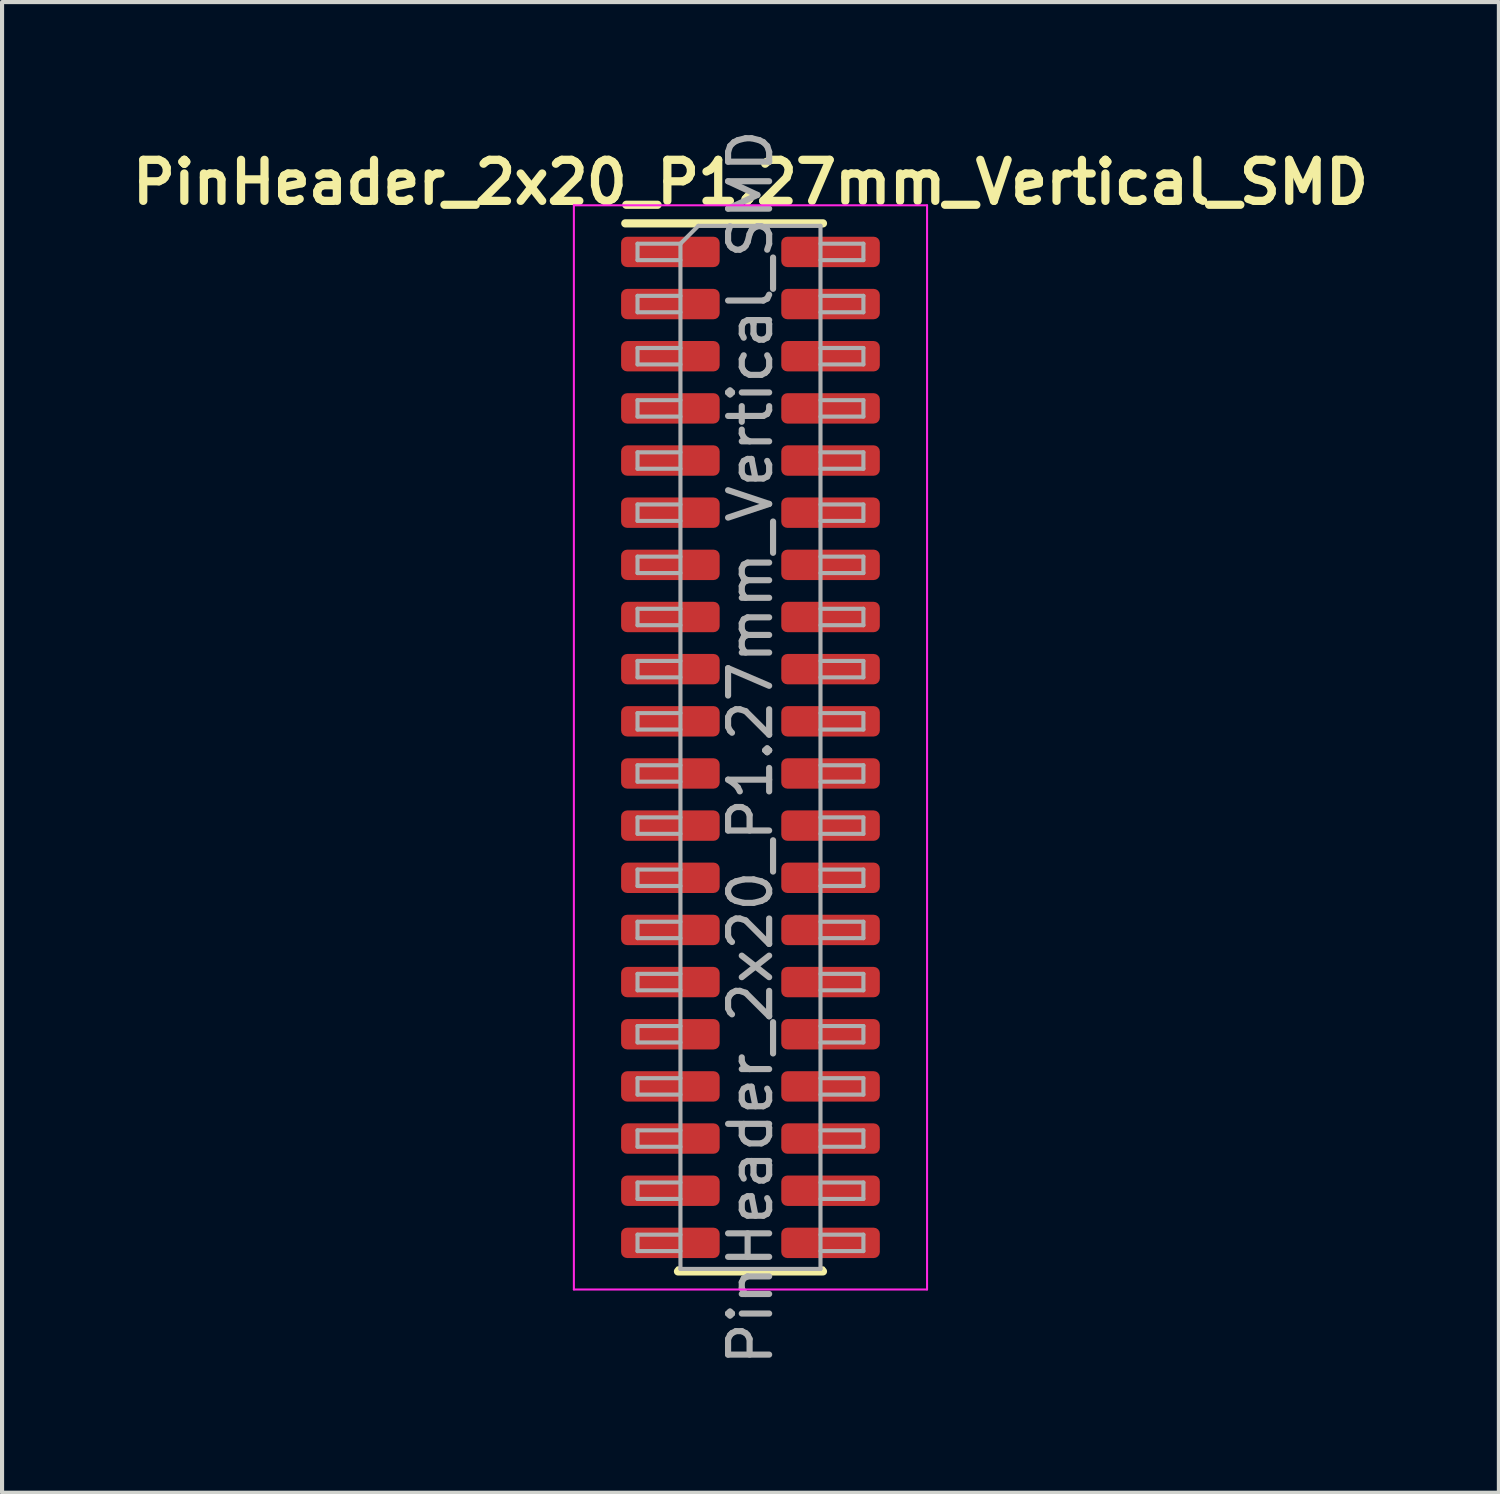
<source format=kicad_pcb>
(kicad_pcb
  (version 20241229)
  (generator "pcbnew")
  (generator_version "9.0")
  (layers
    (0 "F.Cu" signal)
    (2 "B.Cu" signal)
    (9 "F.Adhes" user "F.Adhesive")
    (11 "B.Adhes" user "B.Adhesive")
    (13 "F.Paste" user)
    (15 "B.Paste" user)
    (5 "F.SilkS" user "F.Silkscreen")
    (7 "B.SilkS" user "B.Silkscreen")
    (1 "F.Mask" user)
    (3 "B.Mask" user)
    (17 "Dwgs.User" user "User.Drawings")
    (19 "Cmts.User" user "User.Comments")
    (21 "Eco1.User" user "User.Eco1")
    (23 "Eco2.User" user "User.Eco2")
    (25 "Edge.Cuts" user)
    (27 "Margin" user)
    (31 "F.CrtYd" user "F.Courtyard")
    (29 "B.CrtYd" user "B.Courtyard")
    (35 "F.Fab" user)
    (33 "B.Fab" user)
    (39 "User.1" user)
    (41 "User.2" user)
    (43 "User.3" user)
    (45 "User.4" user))
  (footprint "PinHeader_2x20_P1.27mm_Vertical_SMD"
    (layer "F.Cu")
    (at 15.224 15.149)
    (property "Reference" "PinHeader_2x20_P1.27mm_Vertical_SMD" (at 0 -13.76 0) (layer "F.SilkS") (effects (font (size 1 1) (thickness 0.2))))
    (attr smd)
    (fp_line (start -3.048 -12.76) (end 1.765 -12.76) (stroke (width 0.2) (type solid)) (layer "F.SilkS"))
    (fp_line (start -1.765 12.695) (end -1.765 12.76) (stroke (width 0.12) (type solid)) (layer "F.SilkS"))
    (fp_line (start -1.765 12.76) (end 1.765 12.76) (stroke (width 0.2) (type solid)) (layer "F.SilkS"))
    (fp_line (start 1.765 12.695) (end 1.765 12.76) (stroke (width 0.12) (type solid)) (layer "F.SilkS"))
    (fp_line (start -4.3 -13.2) (end -4.3 13.2) (stroke (width 0.05) (type solid)) (layer "F.CrtYd"))
    (fp_line (start -4.3 13.2) (end 4.3 13.2) (stroke (width 0.05) (type solid)) (layer "F.CrtYd"))
    (fp_line (start 4.3 -13.2) (end -4.3 -13.2) (stroke (width 0.05) (type solid)) (layer "F.CrtYd"))
    (fp_line (start 4.3 13.2) (end 4.3 -13.2) (stroke (width 0.05) (type solid)) (layer "F.CrtYd"))
    (fp_line (start -2.75 -12.265) (end -2.75 -11.865) (stroke (width 0.1) (type solid)) (layer "F.Fab"))
    (fp_line (start -2.75 -11.865) (end -1.705 -11.865) (stroke (width 0.1) (type solid)) (layer "F.Fab"))
    (fp_line (start -2.75 -10.995) (end -2.75 -10.595) (stroke (width 0.1) (type solid)) (layer "F.Fab"))
    (fp_line (start -2.75 -10.595) (end -1.705 -10.595) (stroke (width 0.1) (type solid)) (layer "F.Fab"))
    (fp_line (start -2.75 -9.725) (end -2.75 -9.325) (stroke (width 0.1) (type solid)) (layer "F.Fab"))
    (fp_line (start -2.75 -9.325) (end -1.705 -9.325) (stroke (width 0.1) (type solid)) (layer "F.Fab"))
    (fp_line (start -2.75 -8.455) (end -2.75 -8.055) (stroke (width 0.1) (type solid)) (layer "F.Fab"))
    (fp_line (start -2.75 -8.055) (end -1.705 -8.055) (stroke (width 0.1) (type solid)) (layer "F.Fab"))
    (fp_line (start -2.75 -7.185) (end -2.75 -6.785) (stroke (width 0.1) (type solid)) (layer "F.Fab"))
    (fp_line (start -2.75 -6.785) (end -1.705 -6.785) (stroke (width 0.1) (type solid)) (layer "F.Fab"))
    (fp_line (start -2.75 -5.915) (end -2.75 -5.515) (stroke (width 0.1) (type solid)) (layer "F.Fab"))
    (fp_line (start -2.75 -5.515) (end -1.705 -5.515) (stroke (width 0.1) (type solid)) (layer "F.Fab"))
    (fp_line (start -2.75 -4.645) (end -2.75 -4.245) (stroke (width 0.1) (type solid)) (layer "F.Fab"))
    (fp_line (start -2.75 -4.245) (end -1.705 -4.245) (stroke (width 0.1) (type solid)) (layer "F.Fab"))
    (fp_line (start -2.75 -3.375) (end -2.75 -2.975) (stroke (width 0.1) (type solid)) (layer "F.Fab"))
    (fp_line (start -2.75 -2.975) (end -1.705 -2.975) (stroke (width 0.1) (type solid)) (layer "F.Fab"))
    (fp_line (start -2.75 -2.105) (end -2.75 -1.705) (stroke (width 0.1) (type solid)) (layer "F.Fab"))
    (fp_line (start -2.75 -1.705) (end -1.705 -1.705) (stroke (width 0.1) (type solid)) (layer "F.Fab"))
    (fp_line (start -2.75 -0.835) (end -2.75 -0.435) (stroke (width 0.1) (type solid)) (layer "F.Fab"))
    (fp_line (start -2.75 -0.435) (end -1.705 -0.435) (stroke (width 0.1) (type solid)) (layer "F.Fab"))
    (fp_line (start -2.75 0.435) (end -2.75 0.835) (stroke (width 0.1) (type solid)) (layer "F.Fab"))
    (fp_line (start -2.75 0.835) (end -1.705 0.835) (stroke (width 0.1) (type solid)) (layer "F.Fab"))
    (fp_line (start -2.75 1.705) (end -2.75 2.105) (stroke (width 0.1) (type solid)) (layer "F.Fab"))
    (fp_line (start -2.75 2.105) (end -1.705 2.105) (stroke (width 0.1) (type solid)) (layer "F.Fab"))
    (fp_line (start -2.75 2.975) (end -2.75 3.375) (stroke (width 0.1) (type solid)) (layer "F.Fab"))
    (fp_line (start -2.75 3.375) (end -1.705 3.375) (stroke (width 0.1) (type solid)) (layer "F.Fab"))
    (fp_line (start -2.75 4.245) (end -2.75 4.645) (stroke (width 0.1) (type solid)) (layer "F.Fab"))
    (fp_line (start -2.75 4.645) (end -1.705 4.645) (stroke (width 0.1) (type solid)) (layer "F.Fab"))
    (fp_line (start -2.75 5.515) (end -2.75 5.915) (stroke (width 0.1) (type solid)) (layer "F.Fab"))
    (fp_line (start -2.75 5.915) (end -1.705 5.915) (stroke (width 0.1) (type solid)) (layer "F.Fab"))
    (fp_line (start -2.75 6.785) (end -2.75 7.185) (stroke (width 0.1) (type solid)) (layer "F.Fab"))
    (fp_line (start -2.75 7.185) (end -1.705 7.185) (stroke (width 0.1) (type solid)) (layer "F.Fab"))
    (fp_line (start -2.75 8.055) (end -2.75 8.455) (stroke (width 0.1) (type solid)) (layer "F.Fab"))
    (fp_line (start -2.75 8.455) (end -1.705 8.455) (stroke (width 0.1) (type solid)) (layer "F.Fab"))
    (fp_line (start -2.75 9.325) (end -2.75 9.725) (stroke (width 0.1) (type solid)) (layer "F.Fab"))
    (fp_line (start -2.75 9.725) (end -1.705 9.725) (stroke (width 0.1) (type solid)) (layer "F.Fab"))
    (fp_line (start -2.75 10.595) (end -2.75 10.995) (stroke (width 0.1) (type solid)) (layer "F.Fab"))
    (fp_line (start -2.75 10.995) (end -1.705 10.995) (stroke (width 0.1) (type solid)) (layer "F.Fab"))
    (fp_line (start -2.75 11.865) (end -2.75 12.265) (stroke (width 0.1) (type solid)) (layer "F.Fab"))
    (fp_line (start -2.75 12.265) (end -1.705 12.265) (stroke (width 0.1) (type solid)) (layer "F.Fab"))
    (fp_line (start -1.705 -12.265) (end -2.75 -12.265) (stroke (width 0.1) (type solid)) (layer "F.Fab"))
    (fp_line (start -1.705 -12.265) (end -1.27 -12.7) (stroke (width 0.1) (type solid)) (layer "F.Fab"))
    (fp_line (start -1.705 -10.995) (end -2.75 -10.995) (stroke (width 0.1) (type solid)) (layer "F.Fab"))
    (fp_line (start -1.705 -9.725) (end -2.75 -9.725) (stroke (width 0.1) (type solid)) (layer "F.Fab"))
    (fp_line (start -1.705 -8.455) (end -2.75 -8.455) (stroke (width 0.1) (type solid)) (layer "F.Fab"))
    (fp_line (start -1.705 -7.185) (end -2.75 -7.185) (stroke (width 0.1) (type solid)) (layer "F.Fab"))
    (fp_line (start -1.705 -5.915) (end -2.75 -5.915) (stroke (width 0.1) (type solid)) (layer "F.Fab"))
    (fp_line (start -1.705 -4.645) (end -2.75 -4.645) (stroke (width 0.1) (type solid)) (layer "F.Fab"))
    (fp_line (start -1.705 -3.375) (end -2.75 -3.375) (stroke (width 0.1) (type solid)) (layer "F.Fab"))
    (fp_line (start -1.705 -2.105) (end -2.75 -2.105) (stroke (width 0.1) (type solid)) (layer "F.Fab"))
    (fp_line (start -1.705 -0.835) (end -2.75 -0.835) (stroke (width 0.1) (type solid)) (layer "F.Fab"))
    (fp_line (start -1.705 0.435) (end -2.75 0.435) (stroke (width 0.1) (type solid)) (layer "F.Fab"))
    (fp_line (start -1.705 1.705) (end -2.75 1.705) (stroke (width 0.1) (type solid)) (layer "F.Fab"))
    (fp_line (start -1.705 2.975) (end -2.75 2.975) (stroke (width 0.1) (type solid)) (layer "F.Fab"))
    (fp_line (start -1.705 4.245) (end -2.75 4.245) (stroke (width 0.1) (type solid)) (layer "F.Fab"))
    (fp_line (start -1.705 5.515) (end -2.75 5.515) (stroke (width 0.1) (type solid)) (layer "F.Fab"))
    (fp_line (start -1.705 6.785) (end -2.75 6.785) (stroke (width 0.1) (type solid)) (layer "F.Fab"))
    (fp_line (start -1.705 8.055) (end -2.75 8.055) (stroke (width 0.1) (type solid)) (layer "F.Fab"))
    (fp_line (start -1.705 9.325) (end -2.75 9.325) (stroke (width 0.1) (type solid)) (layer "F.Fab"))
    (fp_line (start -1.705 10.595) (end -2.75 10.595) (stroke (width 0.1) (type solid)) (layer "F.Fab"))
    (fp_line (start -1.705 11.865) (end -2.75 11.865) (stroke (width 0.1) (type solid)) (layer "F.Fab"))
    (fp_line (start -1.705 12.7) (end -1.705 -12.265) (stroke (width 0.1) (type solid)) (layer "F.Fab"))
    (fp_line (start -1.27 -12.7) (end 1.705 -12.7) (stroke (width 0.1) (type solid)) (layer "F.Fab"))
    (fp_line (start 1.705 -12.7) (end 1.705 12.7) (stroke (width 0.1) (type solid)) (layer "F.Fab"))
    (fp_line (start 1.705 -12.265) (end 2.75 -12.265) (stroke (width 0.1) (type solid)) (layer "F.Fab"))
    (fp_line (start 1.705 -10.995) (end 2.75 -10.995) (stroke (width 0.1) (type solid)) (layer "F.Fab"))
    (fp_line (start 1.705 -9.725) (end 2.75 -9.725) (stroke (width 0.1) (type solid)) (layer "F.Fab"))
    (fp_line (start 1.705 -8.455) (end 2.75 -8.455) (stroke (width 0.1) (type solid)) (layer "F.Fab"))
    (fp_line (start 1.705 -7.185) (end 2.75 -7.185) (stroke (width 0.1) (type solid)) (layer "F.Fab"))
    (fp_line (start 1.705 -5.915) (end 2.75 -5.915) (stroke (width 0.1) (type solid)) (layer "F.Fab"))
    (fp_line (start 1.705 -4.645) (end 2.75 -4.645) (stroke (width 0.1) (type solid)) (layer "F.Fab"))
    (fp_line (start 1.705 -3.375) (end 2.75 -3.375) (stroke (width 0.1) (type solid)) (layer "F.Fab"))
    (fp_line (start 1.705 -2.105) (end 2.75 -2.105) (stroke (width 0.1) (type solid)) (layer "F.Fab"))
    (fp_line (start 1.705 -0.835) (end 2.75 -0.835) (stroke (width 0.1) (type solid)) (layer "F.Fab"))
    (fp_line (start 1.705 0.435) (end 2.75 0.435) (stroke (width 0.1) (type solid)) (layer "F.Fab"))
    (fp_line (start 1.705 1.705) (end 2.75 1.705) (stroke (width 0.1) (type solid)) (layer "F.Fab"))
    (fp_line (start 1.705 2.975) (end 2.75 2.975) (stroke (width 0.1) (type solid)) (layer "F.Fab"))
    (fp_line (start 1.705 4.245) (end 2.75 4.245) (stroke (width 0.1) (type solid)) (layer "F.Fab"))
    (fp_line (start 1.705 5.515) (end 2.75 5.515) (stroke (width 0.1) (type solid)) (layer "F.Fab"))
    (fp_line (start 1.705 6.785) (end 2.75 6.785) (stroke (width 0.1) (type solid)) (layer "F.Fab"))
    (fp_line (start 1.705 8.055) (end 2.75 8.055) (stroke (width 0.1) (type solid)) (layer "F.Fab"))
    (fp_line (start 1.705 9.325) (end 2.75 9.325) (stroke (width 0.1) (type solid)) (layer "F.Fab"))
    (fp_line (start 1.705 10.595) (end 2.75 10.595) (stroke (width 0.1) (type solid)) (layer "F.Fab"))
    (fp_line (start 1.705 11.865) (end 2.75 11.865) (stroke (width 0.1) (type solid)) (layer "F.Fab"))
    (fp_line (start 1.705 12.7) (end -1.705 12.7) (stroke (width 0.1) (type solid)) (layer "F.Fab"))
    (fp_line (start 2.75 -12.265) (end 2.75 -11.865) (stroke (width 0.1) (type solid)) (layer "F.Fab"))
    (fp_line (start 2.75 -11.865) (end 1.705 -11.865) (stroke (width 0.1) (type solid)) (layer "F.Fab"))
    (fp_line (start 2.75 -10.995) (end 2.75 -10.595) (stroke (width 0.1) (type solid)) (layer "F.Fab"))
    (fp_line (start 2.75 -10.595) (end 1.705 -10.595) (stroke (width 0.1) (type solid)) (layer "F.Fab"))
    (fp_line (start 2.75 -9.725) (end 2.75 -9.325) (stroke (width 0.1) (type solid)) (layer "F.Fab"))
    (fp_line (start 2.75 -9.325) (end 1.705 -9.325) (stroke (width 0.1) (type solid)) (layer "F.Fab"))
    (fp_line (start 2.75 -8.455) (end 2.75 -8.055) (stroke (width 0.1) (type solid)) (layer "F.Fab"))
    (fp_line (start 2.75 -8.055) (end 1.705 -8.055) (stroke (width 0.1) (type solid)) (layer "F.Fab"))
    (fp_line (start 2.75 -7.185) (end 2.75 -6.785) (stroke (width 0.1) (type solid)) (layer "F.Fab"))
    (fp_line (start 2.75 -6.785) (end 1.705 -6.785) (stroke (width 0.1) (type solid)) (layer "F.Fab"))
    (fp_line (start 2.75 -5.915) (end 2.75 -5.515) (stroke (width 0.1) (type solid)) (layer "F.Fab"))
    (fp_line (start 2.75 -5.515) (end 1.705 -5.515) (stroke (width 0.1) (type solid)) (layer "F.Fab"))
    (fp_line (start 2.75 -4.645) (end 2.75 -4.245) (stroke (width 0.1) (type solid)) (layer "F.Fab"))
    (fp_line (start 2.75 -4.245) (end 1.705 -4.245) (stroke (width 0.1) (type solid)) (layer "F.Fab"))
    (fp_line (start 2.75 -3.375) (end 2.75 -2.975) (stroke (width 0.1) (type solid)) (layer "F.Fab"))
    (fp_line (start 2.75 -2.975) (end 1.705 -2.975) (stroke (width 0.1) (type solid)) (layer "F.Fab"))
    (fp_line (start 2.75 -2.105) (end 2.75 -1.705) (stroke (width 0.1) (type solid)) (layer "F.Fab"))
    (fp_line (start 2.75 -1.705) (end 1.705 -1.705) (stroke (width 0.1) (type solid)) (layer "F.Fab"))
    (fp_line (start 2.75 -0.835) (end 2.75 -0.435) (stroke (width 0.1) (type solid)) (layer "F.Fab"))
    (fp_line (start 2.75 -0.435) (end 1.705 -0.435) (stroke (width 0.1) (type solid)) (layer "F.Fab"))
    (fp_line (start 2.75 0.435) (end 2.75 0.835) (stroke (width 0.1) (type solid)) (layer "F.Fab"))
    (fp_line (start 2.75 0.835) (end 1.705 0.835) (stroke (width 0.1) (type solid)) (layer "F.Fab"))
    (fp_line (start 2.75 1.705) (end 2.75 2.105) (stroke (width 0.1) (type solid)) (layer "F.Fab"))
    (fp_line (start 2.75 2.105) (end 1.705 2.105) (stroke (width 0.1) (type solid)) (layer "F.Fab"))
    (fp_line (start 2.75 2.975) (end 2.75 3.375) (stroke (width 0.1) (type solid)) (layer "F.Fab"))
    (fp_line (start 2.75 3.375) (end 1.705 3.375) (stroke (width 0.1) (type solid)) (layer "F.Fab"))
    (fp_line (start 2.75 4.245) (end 2.75 4.645) (stroke (width 0.1) (type solid)) (layer "F.Fab"))
    (fp_line (start 2.75 4.645) (end 1.705 4.645) (stroke (width 0.1) (type solid)) (layer "F.Fab"))
    (fp_line (start 2.75 5.515) (end 2.75 5.915) (stroke (width 0.1) (type solid)) (layer "F.Fab"))
    (fp_line (start 2.75 5.915) (end 1.705 5.915) (stroke (width 0.1) (type solid)) (layer "F.Fab"))
    (fp_line (start 2.75 6.785) (end 2.75 7.185) (stroke (width 0.1) (type solid)) (layer "F.Fab"))
    (fp_line (start 2.75 7.185) (end 1.705 7.185) (stroke (width 0.1) (type solid)) (layer "F.Fab"))
    (fp_line (start 2.75 8.055) (end 2.75 8.455) (stroke (width 0.1) (type solid)) (layer "F.Fab"))
    (fp_line (start 2.75 8.455) (end 1.705 8.455) (stroke (width 0.1) (type solid)) (layer "F.Fab"))
    (fp_line (start 2.75 9.325) (end 2.75 9.725) (stroke (width 0.1) (type solid)) (layer "F.Fab"))
    (fp_line (start 2.75 9.725) (end 1.705 9.725) (stroke (width 0.1) (type solid)) (layer "F.Fab"))
    (fp_line (start 2.75 10.595) (end 2.75 10.995) (stroke (width 0.1) (type solid)) (layer "F.Fab"))
    (fp_line (start 2.75 10.995) (end 1.705 10.995) (stroke (width 0.1) (type solid)) (layer "F.Fab"))
    (fp_line (start 2.75 11.865) (end 2.75 12.265) (stroke (width 0.1) (type solid)) (layer "F.Fab"))
    (fp_line (start 2.75 12.265) (end 1.705 12.265) (stroke (width 0.1) (type solid)) (layer "F.Fab"))
    (fp_text user "${REFERENCE}" (at 0 0 90) (layer "F.Fab") (effects (font (size 1 1) (thickness 0.15))))
    (pad "1" smd roundrect (at -1.95 -12.065) (size 2.4 0.74) (layers "F.Cu" "F.Mask" "F.Paste") (roundrect_rratio 0.2))
    (pad "2" smd roundrect (at 1.95 -12.065) (size 2.4 0.74) (layers "F.Cu" "F.Mask" "F.Paste") (roundrect_rratio 0.2))
    (pad "3" smd roundrect (at -1.95 -10.795) (size 2.4 0.74) (layers "F.Cu" "F.Mask" "F.Paste") (roundrect_rratio 0.2))
    (pad "4" smd roundrect (at 1.95 -10.795) (size 2.4 0.74) (layers "F.Cu" "F.Mask" "F.Paste") (roundrect_rratio 0.2))
    (pad "5" smd roundrect (at -1.95 -9.525) (size 2.4 0.74) (layers "F.Cu" "F.Mask" "F.Paste") (roundrect_rratio 0.2))
    (pad "6" smd roundrect (at 1.95 -9.525) (size 2.4 0.74) (layers "F.Cu" "F.Mask" "F.Paste") (roundrect_rratio 0.2))
    (pad "7" smd roundrect (at -1.95 -8.255) (size 2.4 0.74) (layers "F.Cu" "F.Mask" "F.Paste") (roundrect_rratio 0.2))
    (pad "8" smd roundrect (at 1.95 -8.255) (size 2.4 0.74) (layers "F.Cu" "F.Mask" "F.Paste") (roundrect_rratio 0.2))
    (pad "9" smd roundrect (at -1.95 -6.985) (size 2.4 0.74) (layers "F.Cu" "F.Mask" "F.Paste") (roundrect_rratio 0.2))
    (pad "10" smd roundrect (at 1.95 -6.985) (size 2.4 0.74) (layers "F.Cu" "F.Mask" "F.Paste") (roundrect_rratio 0.2))
    (pad "11" smd roundrect (at -1.95 -5.715) (size 2.4 0.74) (layers "F.Cu" "F.Mask" "F.Paste") (roundrect_rratio 0.2))
    (pad "12" smd roundrect (at 1.95 -5.715) (size 2.4 0.74) (layers "F.Cu" "F.Mask" "F.Paste") (roundrect_rratio 0.2))
    (pad "13" smd roundrect (at -1.95 -4.445) (size 2.4 0.74) (layers "F.Cu" "F.Mask" "F.Paste") (roundrect_rratio 0.2))
    (pad "14" smd roundrect (at 1.95 -4.445) (size 2.4 0.74) (layers "F.Cu" "F.Mask" "F.Paste") (roundrect_rratio 0.2))
    (pad "15" smd roundrect (at -1.95 -3.175) (size 2.4 0.74) (layers "F.Cu" "F.Mask" "F.Paste") (roundrect_rratio 0.2))
    (pad "16" smd roundrect (at 1.95 -3.175) (size 2.4 0.74) (layers "F.Cu" "F.Mask" "F.Paste") (roundrect_rratio 0.2))
    (pad "17" smd roundrect (at -1.95 -1.905) (size 2.4 0.74) (layers "F.Cu" "F.Mask" "F.Paste") (roundrect_rratio 0.2))
    (pad "18" smd roundrect (at 1.95 -1.905) (size 2.4 0.74) (layers "F.Cu" "F.Mask" "F.Paste") (roundrect_rratio 0.2))
    (pad "19" smd roundrect (at -1.95 -0.635) (size 2.4 0.74) (layers "F.Cu" "F.Mask" "F.Paste") (roundrect_rratio 0.2))
    (pad "20" smd roundrect (at 1.95 -0.635) (size 2.4 0.74) (layers "F.Cu" "F.Mask" "F.Paste") (roundrect_rratio 0.2))
    (pad "21" smd roundrect (at -1.95 0.635) (size 2.4 0.74) (layers "F.Cu" "F.Mask" "F.Paste") (roundrect_rratio 0.2))
    (pad "22" smd roundrect (at 1.95 0.635) (size 2.4 0.74) (layers "F.Cu" "F.Mask" "F.Paste") (roundrect_rratio 0.2))
    (pad "23" smd roundrect (at -1.95 1.905) (size 2.4 0.74) (layers "F.Cu" "F.Mask" "F.Paste") (roundrect_rratio 0.2))
    (pad "24" smd roundrect (at 1.95 1.905) (size 2.4 0.74) (layers "F.Cu" "F.Mask" "F.Paste") (roundrect_rratio 0.2))
    (pad "25" smd roundrect (at -1.95 3.175) (size 2.4 0.74) (layers "F.Cu" "F.Mask" "F.Paste") (roundrect_rratio 0.2))
    (pad "26" smd roundrect (at 1.95 3.175) (size 2.4 0.74) (layers "F.Cu" "F.Mask" "F.Paste") (roundrect_rratio 0.2))
    (pad "27" smd roundrect (at -1.95 4.445) (size 2.4 0.74) (layers "F.Cu" "F.Mask" "F.Paste") (roundrect_rratio 0.2))
    (pad "28" smd roundrect (at 1.95 4.445) (size 2.4 0.74) (layers "F.Cu" "F.Mask" "F.Paste") (roundrect_rratio 0.2))
    (pad "29" smd roundrect (at -1.95 5.715) (size 2.4 0.74) (layers "F.Cu" "F.Mask" "F.Paste") (roundrect_rratio 0.2))
    (pad "30" smd roundrect (at 1.95 5.715) (size 2.4 0.74) (layers "F.Cu" "F.Mask" "F.Paste") (roundrect_rratio 0.2))
    (pad "31" smd roundrect (at -1.95 6.985) (size 2.4 0.74) (layers "F.Cu" "F.Mask" "F.Paste") (roundrect_rratio 0.2))
    (pad "32" smd roundrect (at 1.95 6.985) (size 2.4 0.74) (layers "F.Cu" "F.Mask" "F.Paste") (roundrect_rratio 0.2))
    (pad "33" smd roundrect (at -1.95 8.255) (size 2.4 0.74) (layers "F.Cu" "F.Mask" "F.Paste") (roundrect_rratio 0.2))
    (pad "34" smd roundrect (at 1.95 8.255) (size 2.4 0.74) (layers "F.Cu" "F.Mask" "F.Paste") (roundrect_rratio 0.2))
    (pad "35" smd roundrect (at -1.95 9.525) (size 2.4 0.74) (layers "F.Cu" "F.Mask" "F.Paste") (roundrect_rratio 0.2))
    (pad "36" smd roundrect (at 1.95 9.525) (size 2.4 0.74) (layers "F.Cu" "F.Mask" "F.Paste") (roundrect_rratio 0.2))
    (pad "37" smd roundrect (at -1.95 10.795) (size 2.4 0.74) (layers "F.Cu" "F.Mask" "F.Paste") (roundrect_rratio 0.2))
    (pad "38" smd roundrect (at 1.95 10.795) (size 2.4 0.74) (layers "F.Cu" "F.Mask" "F.Paste") (roundrect_rratio 0.2))
    (pad "39" smd roundrect (at -1.95 12.065) (size 2.4 0.74) (layers "F.Cu" "F.Mask" "F.Paste") (roundrect_rratio 0.2))
    (pad "40" smd roundrect (at 1.95 12.065) (size 2.4 0.74) (layers "F.Cu" "F.Mask" "F.Paste") (roundrect_rratio 0.2)))
  (gr_rect
    (start -3 -3)
    (end 33.448 33.298)
    (stroke (width 0.1) (type default))
    (fill no)
    (layer "Edge.Cuts")))
</source>
